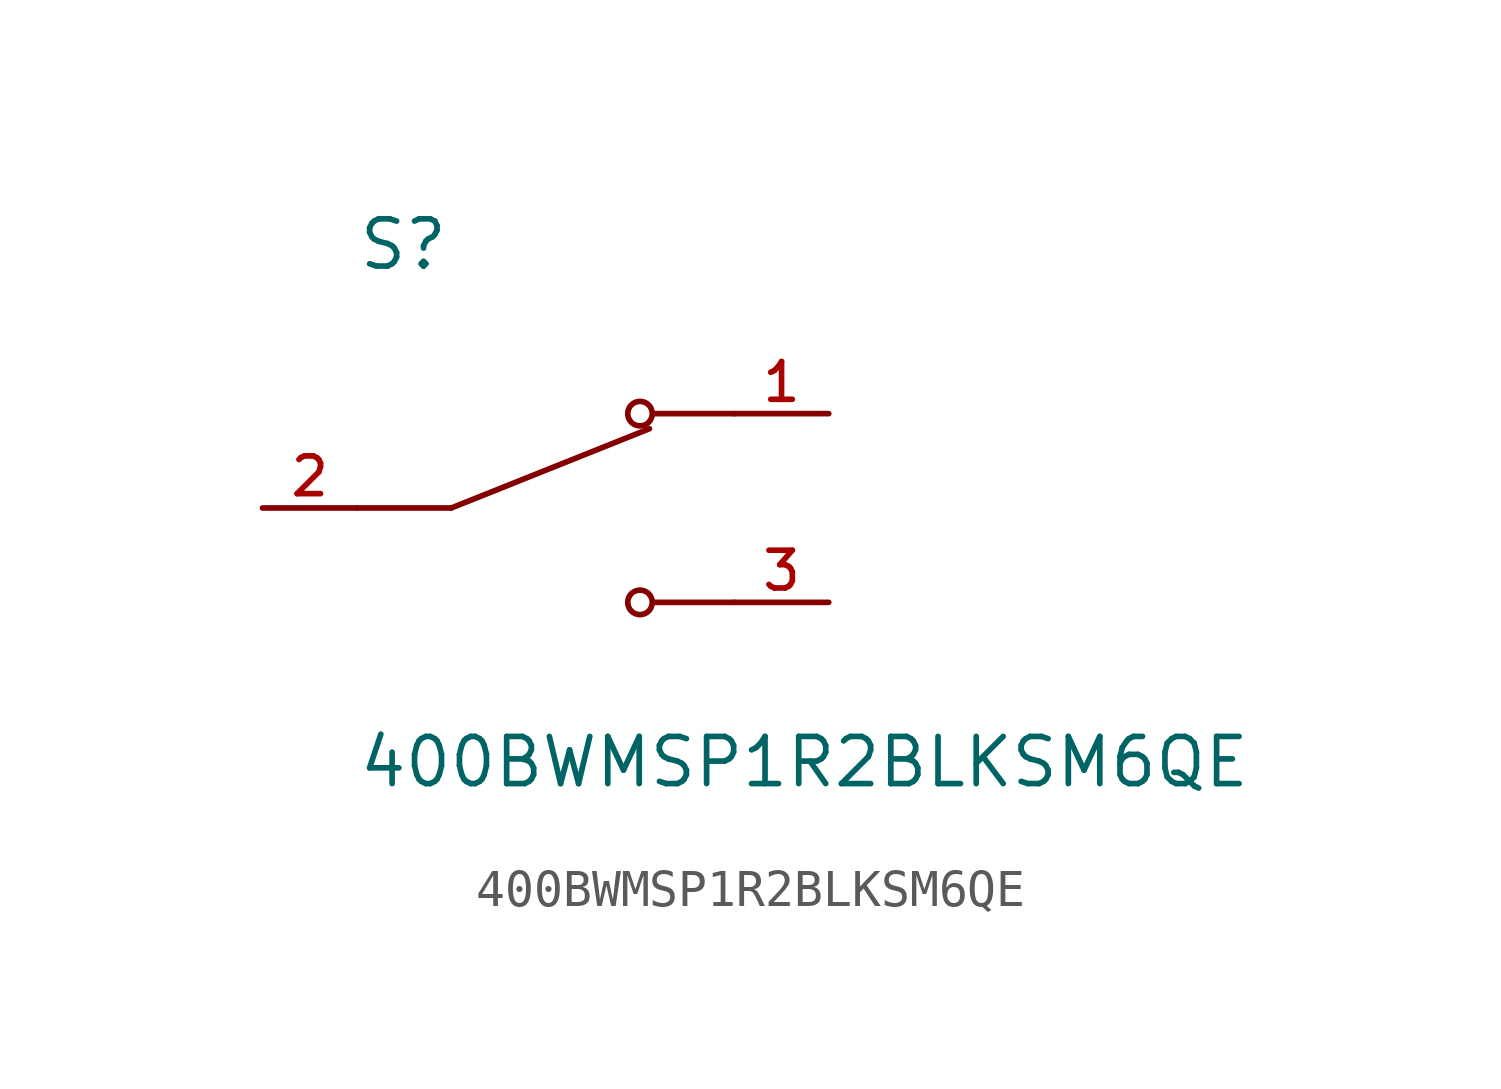
<source format=kicad_sym>
(kicad_symbol_lib
  (version 20211014)
  (generator kicad_symbol_editor)
  (symbol "400BWMSP1R2BLKSM6QE"
    (pin_names
      (offset 1.016))
    (property "Reference" "S"
      (at -5.08 6.35 0)
      (effects (font (size 1.27 1.27)) (justify bottom left)))
    (property "Value" "400BWMSP1R2BLKSM6QE"
      (at -5.08 -6.096 0)
      (effects (font (size 1.27 1.27)) (justify top left)))
    (symbol "400BWMSP1R2BLKSM6QE_0_0"
      (polyline (pts (xy -2.54 0.0) (xy 2.794 2.134)) (stroke (width 0.152)))
      (circle (center 2.54 2.54) (radius 0.33) (stroke (width 0.152)) (fill (type none)))
      (circle (center 2.54 -2.54) (radius 0.33) (stroke (width 0.152)) (fill (type none)))
      (polyline (pts (xy 5.08 -2.54) (xy 2.921 -2.54)) (stroke (width 0.152)))
      (polyline (pts (xy 5.08 2.54) (xy 2.921 2.54)) (stroke (width 0.152)))
      (polyline (pts (xy -2.54 0.0) (xy -5.08 0.0)) (stroke (width 0.152)))
      (pin passive line (at 7.62 2.54 180.0) (length 2.54) (name "~" (effects (font (size 1.016 1.016)))) (number "1" (effects (font (size 1.016 1.016)))))
      (pin passive line (at -7.62 0.0 0) (length 2.54) (name "~" (effects (font (size 1.016 1.016)))) (number "2" (effects (font (size 1.016 1.016)))))
      (pin passive line (at 7.62 -2.54 180.0) (length 2.54) (name "~" (effects (font (size 1.016 1.016)))) (number "3" (effects (font (size 1.016 1.016))))))))
</source>
